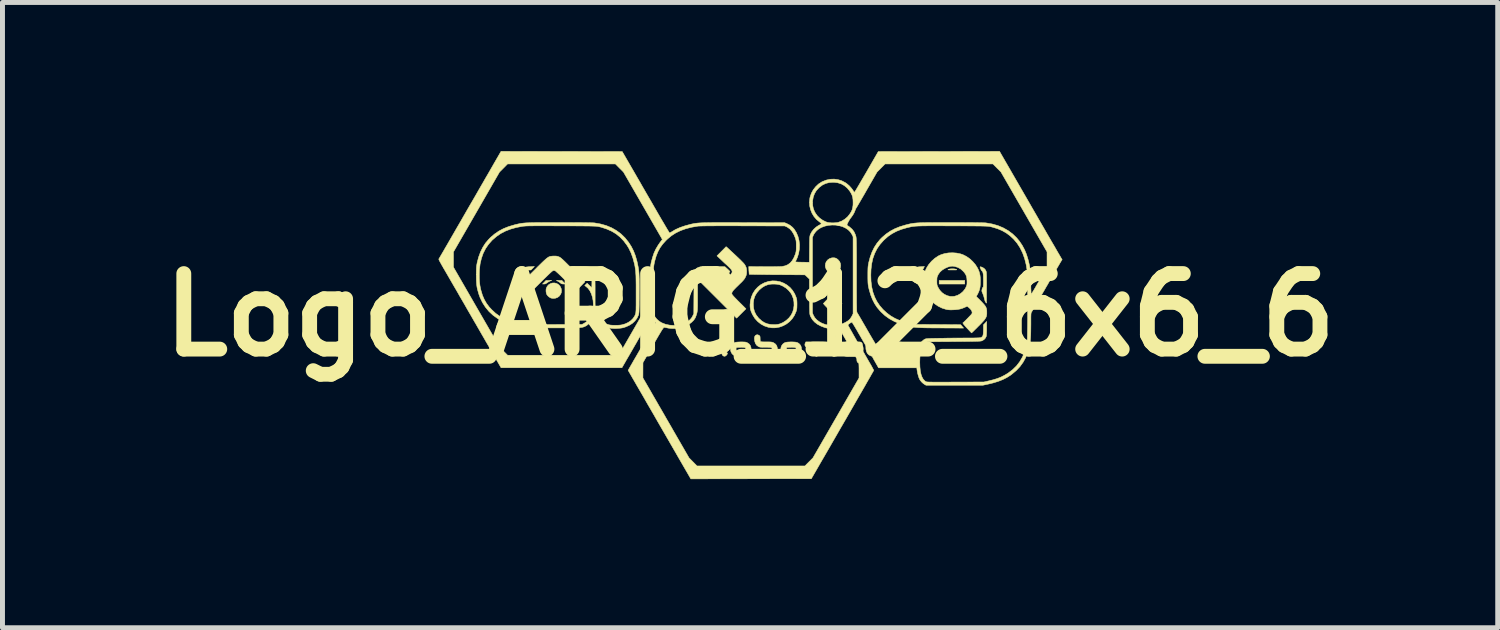
<source format=kicad_pcb>
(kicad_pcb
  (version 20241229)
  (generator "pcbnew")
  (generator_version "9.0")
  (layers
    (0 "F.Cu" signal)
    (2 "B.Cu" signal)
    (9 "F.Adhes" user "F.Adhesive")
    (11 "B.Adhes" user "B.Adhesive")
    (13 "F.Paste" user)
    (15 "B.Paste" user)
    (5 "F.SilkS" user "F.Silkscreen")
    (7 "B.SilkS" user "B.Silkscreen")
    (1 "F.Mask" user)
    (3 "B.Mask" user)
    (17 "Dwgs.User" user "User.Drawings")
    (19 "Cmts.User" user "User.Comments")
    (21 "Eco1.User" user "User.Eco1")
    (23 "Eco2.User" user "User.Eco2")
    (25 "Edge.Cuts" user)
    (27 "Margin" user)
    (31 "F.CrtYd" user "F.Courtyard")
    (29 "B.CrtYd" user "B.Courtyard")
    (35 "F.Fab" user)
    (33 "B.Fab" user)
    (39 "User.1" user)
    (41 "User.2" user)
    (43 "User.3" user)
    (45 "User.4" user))
  (footprint "Logo_ARIG_12_6x6_6"
    (layer "F.Cu")
    (at 12.09 3.307)
    (property "Reference" "Logo_ARIG_12_6x6_6" (at 0 0 0) (layer "F.SilkS") (effects (font (size 1.524 1.524) (thickness 0.3))))
    (attr through_hole)
    (fp_poly (pts (xy 4.333 -0.624) (xy 3.817 -0.624) (xy 3.817 -0.697) (xy 4.333 -0.697) (xy 4.333 -0.624)) (stroke (width 0.01) (type solid)) (fill yes) (layer "F.SilkS"))
    (fp_poly (pts (xy -4.061 -0.696) (xy -4.002 -0.696) (xy -4.033 -0.686) (xy -4.057 -0.675) (xy -4.084 -0.659) (xy -4.096 -0.65) (xy -4.119 -0.634) (xy -4.139 -0.626) (xy -4.159 -0.624) (xy -4.19 -0.624) (xy -4.155 -0.66) (xy -4.119 -0.697) (xy -4.061 -0.696)) (stroke (width 0.01) (type solid)) (fill yes) (layer "F.SilkS"))
    (fp_poly (pts (xy 1.714 0.42) (xy 1.733 0.435) (xy 1.744 0.456) (xy 1.744 0.478) (xy 1.741 0.488) (xy 1.723 0.511) (xy 1.7 0.522) (xy 1.677 0.52) (xy 1.655 0.505) (xy 1.643 0.487) (xy 1.638 0.468) (xy 1.644 0.446) (xy 1.66 0.427) (xy 1.68 0.415) (xy 1.691 0.414) (xy 1.714 0.42)) (stroke (width 0.01) (type solid)) (fill yes) (layer "F.SilkS"))
    (fp_poly (pts (xy -3.763 -0.66) (xy -3.727 -0.624) (xy -3.767 -0.624) (xy -3.791 -0.626) (xy -3.809 -0.631) (xy -3.826 -0.643) (xy -3.837 -0.653) (xy -3.86 -0.67) (xy -3.884 -0.683) (xy -3.895 -0.688) (xy -3.907 -0.691) (xy -3.909 -0.694) (xy -3.9 -0.695) (xy -3.879 -0.696) (xy -3.861 -0.696) (xy -3.799 -0.697) (xy -3.763 -0.66)) (stroke (width 0.01) (type solid)) (fill yes) (layer "F.SilkS"))
    (fp_poly (pts (xy 1.36 0.732) (xy 1.379 0.748) (xy 1.391 0.768) (xy 1.393 0.78) (xy 1.387 0.801) (xy 1.372 0.82) (xy 1.352 0.832) (xy 1.34 0.835) (xy 1.322 0.83) (xy 1.304 0.82) (xy 1.289 0.8) (xy 1.285 0.777) (xy 1.291 0.755) (xy 1.306 0.737) (xy 1.329 0.727) (xy 1.34 0.726) (xy 1.36 0.732)) (stroke (width 0.01) (type solid)) (fill yes) (layer "F.SilkS"))
    (fp_poly (pts (xy -1.034 -0.886) (xy -1.064 -0.856) (xy -1.09 -0.83) (xy -1.111 -0.809) (xy -1.126 -0.796) (xy -1.131 -0.791) (xy -1.132 -0.798) (xy -1.131 -0.814) (xy -1.129 -0.829) (xy -1.12 -0.872) (xy -1.105 -0.909) (xy -1.09 -0.932) (xy -1.068 -0.948) (xy -1.036 -0.963) (xy -0.997 -0.973) (xy -0.98 -0.976) (xy -0.94 -0.981) (xy -1.034 -0.886)) (stroke (width 0.01) (type solid)) (fill yes) (layer "F.SilkS"))
    (fp_poly (pts (xy -0.497 0.731) (xy -0.479 0.745) (xy -0.464 0.763) (xy -0.457 0.779) (xy -0.457 0.78) (xy -0.462 0.792) (xy -0.472 0.808) (xy -0.476 0.812) (xy -0.498 0.83) (xy -0.521 0.834) (xy -0.544 0.826) (xy -0.545 0.825) (xy -0.561 0.807) (xy -0.57 0.786) (xy -0.57 0.769) (xy -0.557 0.747) (xy -0.536 0.731) (xy -0.515 0.726) (xy -0.497 0.731)) (stroke (width 0.01) (type solid)) (fill yes) (layer "F.SilkS"))
    (fp_poly (pts (xy -0.686 -0.975) (xy -0.508 -0.974) (xy -0.457 -0.928) (xy -0.435 -0.907) (xy -0.418 -0.89) (xy -0.408 -0.879) (xy -0.406 -0.876) (xy -0.411 -0.868) (xy -0.424 -0.854) (xy -0.437 -0.842) (xy -0.468 -0.813) (xy -0.588 -0.813) (xy -0.708 -0.813) (xy -0.751 -0.858) (xy -0.777 -0.885) (xy -0.804 -0.913) (xy -0.827 -0.938) (xy -0.829 -0.94) (xy -0.863 -0.976) (xy -0.686 -0.975)) (stroke (width 0.01) (type solid)) (fill yes) (layer "F.SilkS"))
    (fp_poly (pts (xy 4.134 -0.928) (xy 4.159 -0.921) (xy 4.162 -0.92) (xy 4.17 -0.915) (xy 4.172 -0.912) (xy 4.168 -0.91) (xy 4.154 -0.908) (xy 4.13 -0.908) (xy 4.094 -0.908) (xy 4.082 -0.908) (xy 4.042 -0.908) (xy 4.015 -0.909) (xy 3.999 -0.91) (xy 3.993 -0.911) (xy 3.994 -0.914) (xy 4.002 -0.918) (xy 4.006 -0.92) (xy 4.031 -0.928) (xy 4.065 -0.931) (xy 4.101 -0.931) (xy 4.134 -0.928)) (stroke (width 0.01) (type solid)) (fill yes) (layer "F.SilkS"))
    (fp_poly (pts (xy 1.668 -0.413) (xy 1.675 -0.407) (xy 1.691 -0.393) (xy 1.714 -0.372) (xy 1.741 -0.345) (xy 1.766 -0.321) (xy 1.856 -0.233) (xy 1.761 -0.134) (xy 1.666 -0.035) (xy 1.573 -0.128) (xy 1.543 -0.159) (xy 1.518 -0.185) (xy 1.498 -0.207) (xy 1.485 -0.222) (xy 1.48 -0.229) (xy 1.485 -0.237) (xy 1.499 -0.252) (xy 1.519 -0.273) (xy 1.543 -0.298) (xy 1.57 -0.325) (xy 1.597 -0.351) (xy 1.622 -0.375) (xy 1.644 -0.395) (xy 1.659 -0.408) (xy 1.668 -0.413) (xy 1.668 -0.413)) (stroke (width 0.01) (type solid)) (fill yes) (layer "F.SilkS"))
    (fp_poly (pts (xy -3.912 -0.638) (xy -3.874 -0.619) (xy -3.842 -0.589) (xy -3.835 -0.579) (xy -3.814 -0.537) (xy -3.806 -0.494) (xy -3.81 -0.452) (xy -3.826 -0.414) (xy -3.85 -0.381) (xy -3.884 -0.355) (xy -3.924 -0.339) (xy -3.965 -0.334) (xy -3.996 -0.336) (xy -4.022 -0.342) (xy -4.031 -0.346) (xy -4.06 -0.365) (xy -4.086 -0.389) (xy -4.104 -0.414) (xy -4.114 -0.444) (xy -4.119 -0.48) (xy -4.118 -0.516) (xy -4.114 -0.536) (xy -4.095 -0.577) (xy -4.067 -0.609) (xy -4.032 -0.631) (xy -3.993 -0.644) (xy -3.952 -0.646) (xy -3.912 -0.638)) (stroke (width 0.01) (type solid)) (fill yes) (layer "F.SilkS"))
    (fp_poly (pts (xy 1.71 -1.152) (xy 1.737 -1.143) (xy 1.763 -1.126) (xy 1.774 -1.117) (xy 1.805 -1.081) (xy 1.823 -1.041) (xy 1.829 -0.998) (xy 1.823 -0.952) (xy 1.804 -0.912) (xy 1.774 -0.879) (xy 1.748 -0.859) (xy 1.724 -0.847) (xy 1.695 -0.843) (xy 1.67 -0.842) (xy 1.635 -0.845) (xy 1.603 -0.857) (xy 1.596 -0.861) (xy 1.562 -0.887) (xy 1.536 -0.923) (xy 1.521 -0.965) (xy 1.517 -0.993) (xy 1.523 -1.039) (xy 1.541 -1.08) (xy 1.569 -1.113) (xy 1.606 -1.138) (xy 1.649 -1.152) (xy 1.675 -1.154) (xy 1.71 -1.152)) (stroke (width 0.01) (type solid)) (fill yes) (layer "F.SilkS"))
    (fp_poly (pts (xy 1.725 0.554) (xy 1.733 0.561) (xy 1.739 0.568) (xy 1.743 0.577) (xy 1.746 0.589) (xy 1.748 0.608) (xy 1.749 0.635) (xy 1.749 0.673) (xy 1.749 0.691) (xy 1.749 0.804) (xy 1.73 0.82) (xy 1.703 0.833) (xy 1.677 0.832) (xy 1.652 0.818) (xy 1.651 0.817) (xy 1.644 0.809) (xy 1.639 0.801) (xy 1.636 0.79) (xy 1.634 0.774) (xy 1.633 0.749) (xy 1.633 0.713) (xy 1.633 0.689) (xy 1.633 0.647) (xy 1.633 0.617) (xy 1.635 0.597) (xy 1.637 0.583) (xy 1.641 0.574) (xy 1.647 0.566) (xy 1.651 0.562) (xy 1.674 0.547) (xy 1.7 0.545) (xy 1.725 0.554)) (stroke (width 0.01) (type solid)) (fill yes) (layer "F.SilkS"))
    (fp_poly (pts (xy -4.388 -0.942) (xy -4.423 -0.907) (xy -4.48 -0.907) (xy -4.509 -0.907) (xy -4.528 -0.905) (xy -4.541 -0.9) (xy -4.552 -0.891) (xy -4.554 -0.889) (xy -4.563 -0.879) (xy -4.569 -0.867) (xy -4.571 -0.849) (xy -4.572 -0.822) (xy -4.572 -0.815) (xy -4.572 -0.786) (xy -4.574 -0.767) (xy -4.579 -0.754) (xy -4.588 -0.743) (xy -4.596 -0.734) (xy -4.611 -0.721) (xy -4.622 -0.712) (xy -4.624 -0.711) (xy -4.628 -0.718) (xy -4.633 -0.734) (xy -4.637 -0.752) (xy -4.642 -0.798) (xy -4.638 -0.845) (xy -4.627 -0.888) (xy -4.608 -0.923) (xy -4.6 -0.934) (xy -4.58 -0.949) (xy -4.553 -0.961) (xy -4.516 -0.968) (xy -4.468 -0.973) (xy -4.439 -0.975) (xy -4.353 -0.978) (xy -4.388 -0.942)) (stroke (width 0.01) (type solid)) (fill yes) (layer "F.SilkS"))
    (fp_poly (pts (xy 1.395 0.544) (xy 1.443 0.545) (xy 1.479 0.545) (xy 1.506 0.546) (xy 1.526 0.547) (xy 1.539 0.549) (xy 1.547 0.552) (xy 1.553 0.555) (xy 1.557 0.559) (xy 1.567 0.577) (xy 1.57 0.599) (xy 1.566 0.621) (xy 1.557 0.638) (xy 1.552 0.643) (xy 1.547 0.646) (xy 1.538 0.649) (xy 1.524 0.65) (xy 1.505 0.652) (xy 1.477 0.653) (xy 1.439 0.653) (xy 1.39 0.653) (xy 1.338 0.653) (xy 1.277 0.653) (xy 1.229 0.653) (xy 1.192 0.652) (xy 1.165 0.651) (xy 1.146 0.649) (xy 1.133 0.647) (xy 1.125 0.644) (xy 1.122 0.642) (xy 1.108 0.618) (xy 1.106 0.59) (xy 1.113 0.569) (xy 1.125 0.544) (xy 1.334 0.544) (xy 1.395 0.544)) (stroke (width 0.01) (type solid)) (fill yes) (layer "F.SilkS"))
    (fp_poly (pts (xy 3.501 -0.943) (xy 3.484 -0.909) (xy 3.429 -0.906) (xy 3.4 -0.904) (xy 3.381 -0.901) (xy 3.368 -0.895) (xy 3.357 -0.885) (xy 3.352 -0.88) (xy 3.341 -0.866) (xy 3.335 -0.853) (xy 3.332 -0.836) (xy 3.331 -0.81) (xy 3.331 -0.801) (xy 3.331 -0.773) (xy 3.333 -0.754) (xy 3.339 -0.741) (xy 3.348 -0.729) (xy 3.356 -0.721) (xy 3.374 -0.705) (xy 3.392 -0.698) (xy 3.414 -0.697) (xy 3.447 -0.697) (xy 3.447 -0.661) (xy 3.447 -0.64) (xy 3.444 -0.63) (xy 3.436 -0.627) (xy 3.424 -0.627) (xy 3.403 -0.629) (xy 3.376 -0.634) (xy 3.369 -0.636) (xy 3.332 -0.65) (xy 3.304 -0.672) (xy 3.282 -0.705) (xy 3.281 -0.708) (xy 3.267 -0.747) (xy 3.262 -0.792) (xy 3.264 -0.838) (xy 3.274 -0.882) (xy 3.291 -0.918) (xy 3.303 -0.934) (xy 3.327 -0.951) (xy 3.36 -0.964) (xy 3.405 -0.971) (xy 3.449 -0.975) (xy 3.519 -0.978) (xy 3.501 -0.943)) (stroke (width 0.01) (type solid)) (fill yes) (layer "F.SilkS"))
    (fp_poly (pts (xy 4.672 -0.967) (xy 4.699 -0.955) (xy 4.724 -0.938) (xy 4.741 -0.922) (xy 4.756 -0.9) (xy 4.767 -0.874) (xy 4.768 -0.871) (xy 4.77 -0.856) (xy 4.771 -0.827) (xy 4.773 -0.784) (xy 4.773 -0.73) (xy 4.774 -0.663) (xy 4.774 -0.585) (xy 4.773 -0.541) (xy 4.772 -0.238) (xy 4.756 -0.255) (xy 4.745 -0.274) (xy 4.735 -0.304) (xy 4.729 -0.329) (xy 4.72 -0.365) (xy 4.708 -0.402) (xy 4.696 -0.433) (xy 4.685 -0.458) (xy 4.679 -0.476) (xy 4.678 -0.492) (xy 4.681 -0.512) (xy 4.683 -0.519) (xy 4.689 -0.544) (xy 4.696 -0.555) (xy 4.701 -0.556) (xy 4.704 -0.557) (xy 4.706 -0.566) (xy 4.708 -0.583) (xy 4.709 -0.61) (xy 4.71 -0.649) (xy 4.71 -0.688) (xy 4.709 -0.747) (xy 4.708 -0.793) (xy 4.705 -0.828) (xy 4.7 -0.854) (xy 4.694 -0.872) (xy 4.686 -0.883) (xy 4.681 -0.887) (xy 4.671 -0.899) (xy 4.659 -0.92) (xy 4.652 -0.935) (xy 4.644 -0.956) (xy 4.642 -0.967) (xy 4.644 -0.972) (xy 4.65 -0.972) (xy 4.672 -0.967)) (stroke (width 0.01) (type solid)) (fill yes) (layer "F.SilkS"))
    (fp_poly (pts (xy -3.907 -1.187) (xy -3.883 -1.182) (xy -3.864 -1.175) (xy -3.854 -1.171) (xy -3.843 -1.166) (xy -3.832 -1.159) (xy -3.818 -1.149) (xy -3.802 -1.135) (xy -3.781 -1.117) (xy -3.756 -1.093) (xy -3.724 -1.062) (xy -3.686 -1.024) (xy -3.639 -0.978) (xy -3.583 -0.922) (xy -3.576 -0.915) (xy -3.332 -0.671) (xy -3.513 -0.484) (xy -3.714 -0.684) (xy -3.76 -0.729) (xy -3.802 -0.771) (xy -3.841 -0.808) (xy -3.875 -0.84) (xy -3.903 -0.865) (xy -3.923 -0.883) (xy -3.935 -0.892) (xy -3.936 -0.892) (xy -3.958 -0.896) (xy -3.976 -0.895) (xy -3.986 -0.889) (xy -4.007 -0.872) (xy -4.036 -0.846) (xy -4.074 -0.81) (xy -4.12 -0.765) (xy -4.175 -0.712) (xy -4.198 -0.689) (xy -4.402 -0.486) (xy -4.494 -0.579) (xy -4.587 -0.672) (xy -4.345 -0.912) (xy -4.286 -0.972) (xy -4.235 -1.022) (xy -4.192 -1.064) (xy -4.157 -1.097) (xy -4.127 -1.124) (xy -4.102 -1.145) (xy -4.08 -1.161) (xy -4.061 -1.172) (xy -4.043 -1.179) (xy -4.025 -1.184) (xy -4.006 -1.186) (xy -3.985 -1.188) (xy -3.97 -1.189) (xy -3.934 -1.189) (xy -3.907 -1.187)) (stroke (width 0.01) (type solid)) (fill yes) (layer "F.SilkS"))
    (fp_poly (pts (xy -0.568 0.544) (xy -0.533 0.545) (xy -0.508 0.546) (xy -0.491 0.547) (xy -0.48 0.55) (xy -0.473 0.554) (xy -0.468 0.559) (xy -0.458 0.577) (xy -0.454 0.599) (xy -0.458 0.621) (xy -0.468 0.638) (xy -0.473 0.644) (xy -0.481 0.647) (xy -0.492 0.65) (xy -0.51 0.652) (xy -0.536 0.653) (xy -0.572 0.653) (xy -0.61 0.653) (xy -0.653 0.653) (xy -0.69 0.654) (xy -0.721 0.655) (xy -0.742 0.656) (xy -0.751 0.658) (xy -0.756 0.662) (xy -0.759 0.673) (xy -0.761 0.692) (xy -0.762 0.722) (xy -0.762 0.733) (xy -0.762 0.766) (xy -0.763 0.788) (xy -0.766 0.801) (xy -0.771 0.81) (xy -0.779 0.818) (xy -0.781 0.82) (xy -0.808 0.833) (xy -0.834 0.832) (xy -0.859 0.818) (xy -0.86 0.817) (xy -0.869 0.806) (xy -0.875 0.794) (xy -0.877 0.777) (xy -0.878 0.751) (xy -0.878 0.74) (xy -0.876 0.689) (xy -0.87 0.65) (xy -0.858 0.619) (xy -0.84 0.593) (xy -0.835 0.588) (xy -0.819 0.574) (xy -0.803 0.563) (xy -0.783 0.555) (xy -0.757 0.55) (xy -0.724 0.547) (xy -0.682 0.545) (xy -0.628 0.544) (xy -0.615 0.544) (xy -0.568 0.544)) (stroke (width 0.01) (type solid)) (fill yes) (layer "F.SilkS"))
    (fp_poly (pts (xy 0.885 0.546) (xy 0.923 0.549) (xy 0.952 0.557) (xy 0.976 0.569) (xy 0.996 0.586) (xy 1.003 0.592) (xy 1.024 0.622) (xy 1.035 0.655) (xy 1.038 0.689) (xy 1.034 0.73) (xy 1.021 0.762) (xy 1.003 0.786) (xy 0.983 0.805) (xy 0.962 0.818) (xy 0.936 0.827) (xy 0.903 0.832) (xy 0.86 0.834) (xy 0.831 0.834) (xy 0.793 0.833) (xy 0.758 0.831) (xy 0.73 0.828) (xy 0.712 0.825) (xy 0.712 0.825) (xy 0.676 0.807) (xy 0.649 0.779) (xy 0.63 0.744) (xy 0.621 0.705) (xy 0.621 0.685) (xy 0.733 0.685) (xy 0.735 0.704) (xy 0.742 0.717) (xy 0.754 0.722) (xy 0.781 0.724) (xy 0.821 0.726) (xy 0.831 0.726) (xy 0.874 0.725) (xy 0.903 0.722) (xy 0.919 0.718) (xy 0.92 0.717) (xy 0.927 0.703) (xy 0.929 0.689) (xy 0.927 0.675) (xy 0.921 0.664) (xy 0.909 0.658) (xy 0.887 0.655) (xy 0.854 0.653) (xy 0.834 0.653) (xy 0.801 0.654) (xy 0.772 0.655) (xy 0.752 0.656) (xy 0.744 0.658) (xy 0.736 0.667) (xy 0.733 0.685) (xy 0.621 0.685) (xy 0.622 0.665) (xy 0.633 0.627) (xy 0.656 0.593) (xy 0.66 0.589) (xy 0.68 0.572) (xy 0.702 0.559) (xy 0.729 0.551) (xy 0.763 0.547) (xy 0.808 0.545) (xy 0.835 0.544) (xy 0.885 0.546)) (stroke (width 0.01) (type solid)) (fill yes) (layer "F.SilkS"))
    (fp_poly (pts (xy -0.141 0.545) (xy -0.113 0.546) (xy -0.093 0.548) (xy -0.076 0.552) (xy -0.06 0.559) (xy -0.054 0.562) (xy -0.017 0.588) (xy 0.007 0.621) (xy 0.019 0.662) (xy 0.02 0.667) (xy 0.021 0.712) (xy 0.012 0.747) (xy -0.006 0.777) (xy -0.009 0.781) (xy -0.029 0.801) (xy -0.05 0.816) (xy -0.075 0.825) (xy -0.106 0.831) (xy -0.146 0.833) (xy -0.185 0.834) (xy -0.223 0.833) (xy -0.258 0.831) (xy -0.286 0.828) (xy -0.304 0.825) (xy -0.304 0.825) (xy -0.34 0.807) (xy -0.367 0.779) (xy -0.386 0.744) (xy -0.395 0.705) (xy -0.395 0.685) (xy -0.283 0.685) (xy -0.281 0.704) (xy -0.274 0.717) (xy -0.262 0.722) (xy -0.235 0.724) (xy -0.195 0.726) (xy -0.185 0.726) (xy -0.142 0.725) (xy -0.113 0.722) (xy -0.097 0.718) (xy -0.096 0.717) (xy -0.089 0.703) (xy -0.087 0.689) (xy -0.089 0.675) (xy -0.095 0.664) (xy -0.107 0.658) (xy -0.129 0.655) (xy -0.162 0.653) (xy -0.182 0.653) (xy -0.215 0.654) (xy -0.244 0.655) (xy -0.264 0.656) (xy -0.272 0.658) (xy -0.28 0.667) (xy -0.283 0.685) (xy -0.395 0.685) (xy -0.394 0.665) (xy -0.383 0.627) (xy -0.36 0.593) (xy -0.356 0.589) (xy -0.337 0.572) (xy -0.315 0.559) (xy -0.288 0.551) (xy -0.253 0.547) (xy -0.208 0.545) (xy -0.18 0.544) (xy -0.141 0.545)) (stroke (width 0.01) (type solid)) (fill yes) (layer "F.SilkS"))
    (fp_poly (pts (xy -0.463 -1.361) (xy -0.453 -1.352) (xy -0.434 -1.334) (xy -0.407 -1.309) (xy -0.374 -1.278) (xy -0.336 -1.243) (xy -0.295 -1.205) (xy -0.279 -1.19) (xy -0.232 -1.145) (xy -0.194 -1.109) (xy -0.165 -1.079) (xy -0.142 -1.056) (xy -0.125 -1.037) (xy -0.112 -1.021) (xy -0.102 -1.006) (xy -0.094 -0.992) (xy -0.093 -0.988) (xy -0.081 -0.963) (xy -0.074 -0.941) (xy -0.071 -0.918) (xy -0.069 -0.888) (xy -0.069 -0.879) (xy -0.07 -0.845) (xy -0.073 -0.821) (xy -0.079 -0.798) (xy -0.09 -0.772) (xy -0.093 -0.766) (xy -0.102 -0.748) (xy -0.112 -0.731) (xy -0.125 -0.714) (xy -0.142 -0.694) (xy -0.164 -0.67) (xy -0.195 -0.64) (xy -0.234 -0.602) (xy -0.236 -0.599) (xy -0.28 -0.557) (xy -0.314 -0.522) (xy -0.339 -0.495) (xy -0.356 -0.472) (xy -0.365 -0.454) (xy -0.369 -0.439) (xy -0.367 -0.424) (xy -0.361 -0.41) (xy -0.353 -0.4) (xy -0.336 -0.38) (xy -0.312 -0.354) (xy -0.282 -0.323) (xy -0.248 -0.288) (xy -0.217 -0.257) (xy -0.083 -0.124) (xy -0.272 0.065) (xy -0.683 -0.347) (xy -1.095 -0.758) (xy -0.902 -0.942) (xy -0.589 -0.629) (xy -0.476 -0.737) (xy -0.437 -0.774) (xy -0.406 -0.803) (xy -0.383 -0.828) (xy -0.368 -0.849) (xy -0.362 -0.869) (xy -0.365 -0.889) (xy -0.376 -0.911) (xy -0.397 -0.936) (xy -0.427 -0.966) (xy -0.466 -1.004) (xy -0.516 -1.049) (xy -0.668 -1.193) (xy -0.576 -1.285) (xy -0.484 -1.378) (xy -0.463 -1.361)) (stroke (width 0.01) (type solid)) (fill yes) (layer "F.SilkS"))
    (fp_poly (pts (xy 0.18 0.411) (xy 0.184 0.414) (xy 0.194 0.423) (xy 0.2 0.434) (xy 0.202 0.45) (xy 0.203 0.475) (xy 0.203 0.482) (xy 0.204 0.511) (xy 0.206 0.529) (xy 0.211 0.538) (xy 0.215 0.54) (xy 0.226 0.541) (xy 0.248 0.543) (xy 0.28 0.544) (xy 0.317 0.544) (xy 0.334 0.544) (xy 0.376 0.544) (xy 0.406 0.545) (xy 0.428 0.547) (xy 0.445 0.55) (xy 0.459 0.554) (xy 0.474 0.561) (xy 0.479 0.564) (xy 0.515 0.589) (xy 0.538 0.622) (xy 0.55 0.663) (xy 0.552 0.689) (xy 0.546 0.735) (xy 0.529 0.772) (xy 0.501 0.801) (xy 0.479 0.815) (xy 0.441 0.835) (xy 0.28 0.834) (xy 0.233 0.834) (xy 0.191 0.834) (xy 0.155 0.832) (xy 0.129 0.831) (xy 0.114 0.83) (xy 0.112 0.829) (xy 0.096 0.81) (xy 0.089 0.785) (xy 0.091 0.76) (xy 0.102 0.742) (xy 0.107 0.736) (xy 0.114 0.732) (xy 0.124 0.73) (xy 0.138 0.728) (xy 0.16 0.727) (xy 0.191 0.726) (xy 0.233 0.726) (xy 0.271 0.726) (xy 0.325 0.726) (xy 0.367 0.725) (xy 0.397 0.723) (xy 0.418 0.721) (xy 0.431 0.717) (xy 0.439 0.71) (xy 0.442 0.702) (xy 0.443 0.691) (xy 0.443 0.689) (xy 0.442 0.676) (xy 0.438 0.667) (xy 0.428 0.661) (xy 0.412 0.656) (xy 0.387 0.654) (xy 0.351 0.653) (xy 0.312 0.653) (xy 0.268 0.653) (xy 0.236 0.652) (xy 0.213 0.651) (xy 0.196 0.648) (xy 0.182 0.644) (xy 0.168 0.637) (xy 0.167 0.637) (xy 0.133 0.612) (xy 0.108 0.576) (xy 0.093 0.529) (xy 0.087 0.473) (xy 0.087 0.467) (xy 0.093 0.437) (xy 0.107 0.414) (xy 0.129 0.402) (xy 0.154 0.4) (xy 0.18 0.411)) (stroke (width 0.01) (type solid)) (fill yes) (layer "F.SilkS"))
    (fp_poly (pts (xy 0.532 -0.685) (xy 0.608 -0.67) (xy 0.68 -0.642) (xy 0.747 -0.603) (xy 0.807 -0.554) (xy 0.858 -0.495) (xy 0.9 -0.427) (xy 0.926 -0.366) (xy 0.935 -0.34) (xy 0.941 -0.318) (xy 0.944 -0.294) (xy 0.946 -0.266) (xy 0.947 -0.229) (xy 0.947 -0.214) (xy 0.946 -0.173) (xy 0.945 -0.142) (xy 0.942 -0.118) (xy 0.937 -0.096) (xy 0.93 -0.071) (xy 0.926 -0.062) (xy 0.893 0.012) (xy 0.849 0.078) (xy 0.796 0.135) (xy 0.735 0.182) (xy 0.667 0.219) (xy 0.595 0.245) (xy 0.519 0.259) (xy 0.441 0.26) (xy 0.366 0.248) (xy 0.287 0.221) (xy 0.216 0.182) (xy 0.152 0.131) (xy 0.096 0.069) (xy 0.051 -0.004) (xy 0.044 -0.018) (xy 0.021 -0.069) (xy 0.007 -0.114) (xy 0.000343 -0.16) (xy -0.001 -0.2) (xy 0.000238 -0.214) (xy 0.065 -0.214) (xy 0.071 -0.137) (xy 0.089 -0.068) (xy 0.12 -0.005) (xy 0.164 0.054) (xy 0.184 0.075) (xy 0.237 0.122) (xy 0.291 0.156) (xy 0.349 0.179) (xy 0.413 0.192) (xy 0.476 0.195) (xy 0.524 0.194) (xy 0.562 0.19) (xy 0.595 0.182) (xy 0.596 0.182) (xy 0.663 0.154) (xy 0.725 0.114) (xy 0.781 0.064) (xy 0.824 0.01) (xy 0.857 -0.052) (xy 0.878 -0.12) (xy 0.887 -0.191) (xy 0.885 -0.264) (xy 0.871 -0.335) (xy 0.845 -0.401) (xy 0.823 -0.44) (xy 0.78 -0.493) (xy 0.727 -0.541) (xy 0.667 -0.579) (xy 0.605 -0.607) (xy 0.584 -0.613) (xy 0.543 -0.62) (xy 0.495 -0.623) (xy 0.444 -0.623) (xy 0.397 -0.619) (xy 0.367 -0.613) (xy 0.302 -0.589) (xy 0.242 -0.553) (xy 0.184 -0.503) (xy 0.135 -0.445) (xy 0.099 -0.384) (xy 0.076 -0.317) (xy 0.066 -0.243) (xy 0.065 -0.214) (xy 0.000238 -0.214) (xy 0.006 -0.285) (xy 0.027 -0.364) (xy 0.059 -0.438) (xy 0.102 -0.504) (xy 0.155 -0.562) (xy 0.217 -0.611) (xy 0.288 -0.649) (xy 0.366 -0.675) (xy 0.375 -0.678) (xy 0.454 -0.688) (xy 0.532 -0.685)) (stroke (width 0.01) (type solid)) (fill yes) (layer "F.SilkS"))
    (fp_poly (pts (xy 4.169 -1.249) (xy 4.247 -1.233) (xy 4.297 -1.216) (xy 4.368 -1.18) (xy 4.435 -1.133) (xy 4.496 -1.076) (xy 4.55 -1.013) (xy 4.592 -0.945) (xy 4.605 -0.918) (xy 4.622 -0.877) (xy 4.633 -0.839) (xy 4.641 -0.8) (xy 4.646 -0.756) (xy 4.648 -0.703) (xy 4.648 -0.679) (xy 4.647 -0.616) (xy 4.642 -0.564) (xy 4.633 -0.518) (xy 4.618 -0.475) (xy 4.598 -0.431) (xy 4.59 -0.416) (xy 4.566 -0.372) (xy 4.653 -0.286) (xy 4.693 -0.244) (xy 4.724 -0.21) (xy 4.747 -0.18) (xy 4.762 -0.153) (xy 4.772 -0.125) (xy 4.777 -0.096) (xy 4.778 -0.061) (xy 4.778 -0.054) (xy 4.778 -0.023) (xy 4.775 0.004) (xy 4.77 0.028) (xy 4.76 0.052) (xy 4.745 0.077) (xy 4.725 0.105) (xy 4.696 0.137) (xy 4.66 0.176) (xy 4.614 0.222) (xy 4.606 0.23) (xy 4.571 0.266) (xy 4.538 0.298) (xy 4.511 0.325) (xy 4.489 0.346) (xy 4.475 0.359) (xy 4.471 0.363) (xy 4.465 0.357) (xy 4.451 0.343) (xy 4.43 0.321) (xy 4.405 0.294) (xy 4.377 0.264) (xy 4.342 0.226) (xy 4.317 0.196) (xy 4.301 0.174) (xy 4.295 0.162) (xy 4.295 0.16) (xy 4.307 0.151) (xy 4.325 0.134) (xy 4.349 0.111) (xy 4.376 0.084) (xy 4.403 0.056) (xy 4.429 0.029) (xy 4.452 0.005) (xy 4.469 -0.015) (xy 4.478 -0.027) (xy 4.479 -0.028) (xy 4.482 -0.056) (xy 4.471 -0.087) (xy 4.447 -0.12) (xy 4.411 -0.153) (xy 4.41 -0.154) (xy 4.383 -0.176) (xy 4.334 -0.154) (xy 4.286 -0.134) (xy 4.24 -0.12) (xy 4.192 -0.111) (xy 4.135 -0.105) (xy 4.107 -0.104) (xy 4.06 -0.102) (xy 4.022 -0.103) (xy 3.99 -0.106) (xy 3.958 -0.112) (xy 3.958 -0.112) (xy 3.875 -0.138) (xy 3.796 -0.177) (xy 3.723 -0.227) (xy 3.656 -0.288) (xy 3.599 -0.358) (xy 3.552 -0.437) (xy 3.545 -0.451) (xy 3.524 -0.501) (xy 3.51 -0.551) (xy 3.502 -0.605) (xy 3.499 -0.666) (xy 3.499 -0.682) (xy 3.77 -0.682) (xy 3.77 -0.647) (xy 3.772 -0.622) (xy 3.775 -0.602) (xy 3.782 -0.583) (xy 3.792 -0.561) (xy 3.794 -0.557) (xy 3.829 -0.5) (xy 3.873 -0.452) (xy 3.924 -0.415) (xy 3.98 -0.389) (xy 4.039 -0.374) (xy 4.101 -0.374) (xy 4.131 -0.378) (xy 4.192 -0.398) (xy 4.249 -0.431) (xy 4.299 -0.474) (xy 4.339 -0.525) (xy 4.356 -0.556) (xy 4.367 -0.581) (xy 4.374 -0.6) (xy 4.378 -0.621) (xy 4.379 -0.646) (xy 4.379 -0.679) (xy 4.376 -0.733) (xy 4.368 -0.778) (xy 4.352 -0.816) (xy 4.327 -0.854) (xy 4.302 -0.882) (xy 4.251 -0.928) (xy 4.193 -0.96) (xy 4.13 -0.979) (xy 4.123 -0.981) (xy 4.079 -0.985) (xy 4.036 -0.98) (xy 3.99 -0.966) (xy 3.942 -0.945) (xy 3.884 -0.911) (xy 3.838 -0.871) (xy 3.803 -0.825) (xy 3.794 -0.807) (xy 3.783 -0.784) (xy 3.776 -0.765) (xy 3.772 -0.745) (xy 3.771 -0.72) (xy 3.77 -0.686) (xy 3.77 -0.682) (xy 3.499 -0.682) (xy 3.5 -0.708) (xy 3.502 -0.75) (xy 3.504 -0.783) (xy 3.509 -0.81) (xy 3.516 -0.837) (xy 3.525 -0.865) (xy 3.56 -0.944) (xy 3.606 -1.018) (xy 3.663 -1.085) (xy 3.728 -1.143) (xy 3.8 -1.191) (xy 3.856 -1.217) (xy 3.927 -1.239) (xy 4.006 -1.252) (xy 4.088 -1.255) (xy 4.169 -1.249)) (stroke (width 0.01) (type solid)) (fill yes) (layer "F.SilkS"))
    (fp_poly (pts (xy -3.731 -1.865) (xy -3.62 -1.865) (xy -3.519 -1.864) (xy -3.428 -1.864) (xy -3.349 -1.863) (xy -3.281 -1.862) (xy -3.226 -1.861) (xy -3.183 -1.86) (xy -3.154 -1.859) (xy -3.142 -1.858) (xy -3.017 -1.836) (xy -2.901 -1.803) (xy -2.793 -1.758) (xy -2.695 -1.702) (xy -2.605 -1.635) (xy -2.524 -1.556) (xy -2.452 -1.466) (xy -2.398 -1.382) (xy -2.353 -1.293) (xy -2.316 -1.198) (xy -2.285 -1.092) (xy -2.275 -1.049) (xy -2.267 -1.009) (xy -2.259 -0.972) (xy -2.253 -0.937) (xy -2.248 -0.901) (xy -2.244 -0.863) (xy -2.241 -0.823) (xy -2.239 -0.777) (xy -2.237 -0.724) (xy -2.237 -0.664) (xy -2.236 -0.594) (xy -2.236 -0.512) (xy -2.237 -0.418) (xy -2.237 -0.415) (xy -2.237 -0.331) (xy -2.238 -0.261) (xy -2.238 -0.203) (xy -2.239 -0.155) (xy -2.24 -0.116) (xy -2.241 -0.086) (xy -2.242 -0.061) (xy -2.244 -0.043) (xy -2.246 -0.028) (xy -2.248 -0.015) (xy -2.251 -0.004) (xy -2.255 0.007) (xy -2.255 0.008) (xy -2.283 0.067) (xy -2.323 0.12) (xy -2.374 0.168) (xy -2.436 0.208) (xy -2.507 0.24) (xy -2.562 0.258) (xy -2.6 0.265) (xy -2.648 0.27) (xy -2.7 0.273) (xy -2.752 0.273) (xy -2.798 0.27) (xy -2.83 0.265) (xy -2.915 0.242) (xy -2.991 0.209) (xy -3.055 0.168) (xy -3.109 0.118) (xy -3.127 0.096) (xy -3.141 0.079) (xy -3.154 0.068) (xy -3.159 0.065) (xy -3.168 0.071) (xy -3.179 0.086) (xy -3.182 0.092) (xy -3.2 0.118) (xy -3.226 0.148) (xy -3.256 0.178) (xy -3.287 0.204) (xy -3.314 0.222) (xy -3.319 0.224) (xy -3.333 0.231) (xy -3.346 0.237) (xy -3.359 0.242) (xy -3.373 0.246) (xy -3.39 0.25) (xy -3.41 0.253) (xy -3.435 0.255) (xy -3.464 0.257) (xy -3.501 0.258) (xy -3.545 0.26) (xy -3.598 0.26) (xy -3.66 0.261) (xy -3.734 0.261) (xy -3.819 0.261) (xy -3.917 0.261) (xy -3.964 0.261) (xy -4.072 0.261) (xy -4.168 0.261) (xy -4.251 0.261) (xy -4.323 0.26) (xy -4.385 0.259) (xy -4.439 0.258) (xy -4.486 0.256) (xy -4.527 0.254) (xy -4.563 0.251) (xy -4.595 0.248) (xy -4.625 0.244) (xy -4.653 0.239) (xy -4.682 0.233) (xy -4.712 0.226) (xy -4.744 0.218) (xy -4.757 0.214) (xy -4.88 0.177) (xy -4.993 0.13) (xy -5.096 0.072) (xy -5.189 0.005) (xy -5.271 -0.071) (xy -5.342 -0.157) (xy -5.402 -0.251) (xy -5.451 -0.353) (xy -5.475 -0.42) (xy -5.49 -0.472) (xy -5.503 -0.518) (xy -5.512 -0.561) (xy -5.518 -0.606) (xy -5.522 -0.653) (xy -5.525 -0.708) (xy -5.526 -0.773) (xy -5.526 -0.802) (xy -5.526 -0.813) (xy -5.466 -0.813) (xy -5.465 -0.732) (xy -5.461 -0.662) (xy -5.453 -0.598) (xy -5.442 -0.537) (xy -5.431 -0.494) (xy -5.402 -0.397) (xy -5.365 -0.312) (xy -5.32 -0.233) (xy -5.265 -0.16) (xy -5.214 -0.105) (xy -5.135 -0.032) (xy -5.049 0.029) (xy -4.956 0.081) (xy -4.854 0.122) (xy -4.742 0.156) (xy -4.728 0.159) (xy -4.7 0.165) (xy -4.675 0.171) (xy -4.651 0.176) (xy -4.628 0.18) (xy -4.603 0.184) (xy -4.576 0.186) (xy -4.546 0.189) (xy -4.511 0.191) (xy -4.471 0.192) (xy -4.424 0.193) (xy -4.369 0.194) (xy -4.305 0.194) (xy -4.231 0.194) (xy -4.145 0.194) (xy -4.047 0.194) (xy -3.962 0.194) (xy -3.393 0.192) (xy -3.347 0.167) (xy -3.296 0.132) (xy -3.252 0.084) (xy -3.217 0.027) (xy -3.19 -0.04) (xy -3.172 -0.114) (xy -3.164 -0.194) (xy -3.164 -0.214) (xy -3.169 -0.29) (xy -3.183 -0.362) (xy -3.205 -0.429) (xy -3.234 -0.488) (xy -3.27 -0.537) (xy -3.309 -0.572) (xy -3.338 -0.593) (xy -3.313 -0.617) (xy -3.289 -0.64) (xy -3.243 -0.596) (xy -3.223 -0.576) (xy -3.206 -0.561) (xy -3.197 -0.552) (xy -3.195 -0.552) (xy -3.195 -0.558) (xy -3.194 -0.578) (xy -3.194 -0.607) (xy -3.193 -0.645) (xy -3.193 -0.689) (xy -3.193 -0.708) (xy -3.193 -0.865) (xy -3.214 -0.886) (xy -3.236 -0.907) (xy -3.495 -0.907) (xy -3.529 -0.942) (xy -3.563 -0.976) (xy -3.405 -0.974) (xy -3.345 -0.973) (xy -3.297 -0.971) (xy -3.259 -0.968) (xy -3.231 -0.964) (xy -3.209 -0.957) (xy -3.191 -0.949) (xy -3.177 -0.938) (xy -3.165 -0.925) (xy -3.149 -0.903) (xy -3.137 -0.878) (xy -3.136 -0.873) (xy -3.134 -0.859) (xy -3.132 -0.83) (xy -3.131 -0.788) (xy -3.13 -0.733) (xy -3.129 -0.666) (xy -3.128 -0.586) (xy -3.128 -0.495) (xy -3.128 -0.453) (xy -3.128 -0.367) (xy -3.128 -0.294) (xy -3.128 -0.233) (xy -3.127 -0.183) (xy -3.127 -0.143) (xy -3.126 -0.11) (xy -3.125 -0.085) (xy -3.123 -0.064) (xy -3.121 -0.048) (xy -3.119 -0.035) (xy -3.117 -0.024) (xy -3.113 -0.013) (xy -3.113 -0.012) (xy -3.091 0.036) (xy -3.057 0.081) (xy -3.012 0.121) (xy -2.959 0.156) (xy -2.899 0.183) (xy -2.848 0.199) (xy -2.814 0.205) (xy -2.769 0.208) (xy -2.72 0.209) (xy -2.67 0.208) (xy -2.625 0.205) (xy -2.59 0.2) (xy -2.521 0.18) (xy -2.459 0.151) (xy -2.405 0.114) (xy -2.362 0.07) (xy -2.329 0.021) (xy -2.314 -0.015) (xy -2.311 -0.026) (xy -2.309 -0.037) (xy -2.306 -0.051) (xy -2.305 -0.068) (xy -2.303 -0.09) (xy -2.302 -0.118) (xy -2.302 -0.153) (xy -2.301 -0.197) (xy -2.301 -0.251) (xy -2.301 -0.316) (xy -2.301 -0.394) (xy -2.301 -0.433) (xy -2.301 -0.527) (xy -2.301 -0.609) (xy -2.302 -0.679) (xy -2.303 -0.74) (xy -2.304 -0.791) (xy -2.307 -0.836) (xy -2.309 -0.875) (xy -2.313 -0.911) (xy -2.318 -0.944) (xy -2.323 -0.976) (xy -2.329 -1.009) (xy -2.334 -1.031) (xy -2.365 -1.147) (xy -2.403 -1.253) (xy -2.449 -1.348) (xy -2.486 -1.408) (xy -2.551 -1.495) (xy -2.624 -1.571) (xy -2.704 -1.636) (xy -2.794 -1.69) (xy -2.893 -1.734) (xy -3.002 -1.77) (xy -3.043 -1.78) (xy -3.054 -1.782) (xy -3.065 -1.785) (xy -3.077 -1.787) (xy -3.091 -1.788) (xy -3.107 -1.79) (xy -3.127 -1.791) (xy -3.151 -1.792) (xy -3.181 -1.793) (xy -3.217 -1.794) (xy -3.26 -1.795) (xy -3.312 -1.795) (xy -3.372 -1.796) (xy -3.443 -1.796) (xy -3.525 -1.797) (xy -3.619 -1.797) (xy -3.725 -1.798) (xy -3.814 -1.798) (xy -3.933 -1.798) (xy -4.038 -1.799) (xy -4.131 -1.799) (xy -4.212 -1.799) (xy -4.282 -1.799) (xy -4.343 -1.799) (xy -4.394 -1.798) (xy -4.438 -1.798) (xy -4.474 -1.797) (xy -4.505 -1.796) (xy -4.53 -1.795) (xy -4.551 -1.793) (xy -4.569 -1.792) (xy -4.584 -1.79) (xy -4.594 -1.789) (xy -4.719 -1.765) (xy -4.833 -1.733) (xy -4.937 -1.693) (xy -5.032 -1.644) (xy -5.118 -1.585) (xy -5.197 -1.517) (xy -5.208 -1.507) (xy -5.279 -1.426) (xy -5.339 -1.339) (xy -5.387 -1.244) (xy -5.423 -1.142) (xy -5.449 -1.031) (xy -5.463 -0.911) (xy -5.466 -0.813) (xy -5.526 -0.813) (xy -5.526 -0.859) (xy -5.525 -0.905) (xy -5.524 -0.942) (xy -5.522 -0.971) (xy -5.519 -0.997) (xy -5.515 -1.021) (xy -5.51 -1.047) (xy -5.51 -1.051) (xy -5.48 -1.166) (xy -5.442 -1.269) (xy -5.396 -1.363) (xy -5.342 -1.448) (xy -5.277 -1.525) (xy -5.239 -1.564) (xy -5.158 -1.633) (xy -5.072 -1.692) (xy -4.978 -1.742) (xy -4.875 -1.783) (xy -4.761 -1.817) (xy -4.743 -1.822) (xy -4.714 -1.829) (xy -4.687 -1.835) (xy -4.661 -1.841) (xy -4.636 -1.846) (xy -4.61 -1.85) (xy -4.582 -1.853) (xy -4.551 -1.856) (xy -4.516 -1.859) (xy -4.476 -1.86) (xy -4.43 -1.862) (xy -4.377 -1.863) (xy -4.316 -1.864) (xy -4.245 -1.864) (xy -4.164 -1.865) (xy -4.072 -1.865) (xy -3.968 -1.865) (xy -3.851 -1.865) (xy -3.731 -1.865)) (stroke (width 0.01) (type solid)) (fill yes) (layer "F.SilkS"))
    (fp_poly (pts (xy 5.643 -2.248) (xy 5.709 -2.133) (xy 5.774 -2.021) (xy 5.836 -1.913) (xy 5.896 -1.81) (xy 5.953 -1.711) (xy 6.006 -1.618) (xy 6.056 -1.532) (xy 6.102 -1.453) (xy 6.144 -1.382) (xy 6.18 -1.319) (xy 6.211 -1.265) (xy 6.237 -1.221) (xy 6.256 -1.188) (xy 6.269 -1.166) (xy 6.275 -1.155) (xy 6.299 -1.117) (xy 6.285 -1.097) (xy 6.28 -1.088) (xy 6.267 -1.067) (xy 6.249 -1.036) (xy 6.225 -0.995) (xy 6.196 -0.945) (xy 6.163 -0.888) (xy 6.126 -0.824) (xy 6.085 -0.754) (xy 6.043 -0.68) (xy 5.998 -0.602) (xy 5.983 -0.577) (xy 5.938 -0.498) (xy 5.894 -0.423) (xy 5.853 -0.352) (xy 5.815 -0.286) (xy 5.781 -0.227) (xy 5.75 -0.174) (xy 5.725 -0.13) (xy 5.705 -0.096) (xy 5.69 -0.072) (xy 5.682 -0.059) (xy 5.681 -0.057) (xy 5.677 -0.05) (xy 5.674 -0.042) (xy 5.672 -0.031) (xy 5.67 -0.014) (xy 5.669 0.01) (xy 5.668 0.042) (xy 5.668 0.083) (xy 5.668 0.137) (xy 5.668 0.183) (xy 5.667 0.269) (xy 5.666 0.343) (xy 5.664 0.407) (xy 5.661 0.463) (xy 5.657 0.513) (xy 5.651 0.558) (xy 5.643 0.602) (xy 5.634 0.646) (xy 5.603 0.759) (xy 5.562 0.862) (xy 5.51 0.956) (xy 5.447 1.043) (xy 5.371 1.123) (xy 5.282 1.197) (xy 5.257 1.216) (xy 5.183 1.263) (xy 5.102 1.304) (xy 5.011 1.34) (xy 4.91 1.371) (xy 4.808 1.396) (xy 4.699 1.419) (xy 3.552 1.419) (xy 3.523 1.403) (xy 3.493 1.382) (xy 3.462 1.353) (xy 3.435 1.32) (xy 3.419 1.293) (xy 3.407 1.264) (xy 3.395 1.226) (xy 3.383 1.182) (xy 3.375 1.139) (xy 3.37 1.11) (xy 3.365 1.067) (xy 2.593 1.067) (xy 2.53 0.957) (xy 2.51 0.921) (xy 2.492 0.89) (xy 2.478 0.864) (xy 2.47 0.847) (xy 2.467 0.842) (xy 2.461 0.836) (xy 2.445 0.829) (xy 2.437 0.826) (xy 2.398 0.807) (xy 2.369 0.778) (xy 2.349 0.738) (xy 2.338 0.688) (xy 2.337 0.658) (xy 2.336 0.638) (xy 2.332 0.621) (xy 2.325 0.601) (xy 2.311 0.576) (xy 2.298 0.554) (xy 2.284 0.53) (xy 2.264 0.496) (xy 2.24 0.454) (xy 2.213 0.407) (xy 2.184 0.358) (xy 2.163 0.32) (xy 2.136 0.275) (xy 2.112 0.234) (xy 2.091 0.2) (xy 2.074 0.172) (xy 2.062 0.154) (xy 2.056 0.147) (xy 2.056 0.147) (xy 2.046 0.149) (xy 2.029 0.158) (xy 2.01 0.171) (xy 1.992 0.185) (xy 1.98 0.197) (xy 1.976 0.205) (xy 1.98 0.213) (xy 1.99 0.232) (xy 2.006 0.26) (xy 2.025 0.295) (xy 2.049 0.336) (xy 2.072 0.378) (xy 2.166 0.544) (xy 2.203 0.544) (xy 2.234 0.547) (xy 2.253 0.559) (xy 2.265 0.58) (xy 2.268 0.589) (xy 2.267 0.613) (xy 2.256 0.637) (xy 2.244 0.65) (xy 2.243 0.654) (xy 2.245 0.663) (xy 2.25 0.677) (xy 2.261 0.698) (xy 2.276 0.727) (xy 2.297 0.764) (xy 2.324 0.812) (xy 2.358 0.871) (xy 2.365 0.884) (xy 2.395 0.936) (xy 2.423 0.984) (xy 2.448 1.027) (xy 2.468 1.064) (xy 2.483 1.092) (xy 2.493 1.11) (xy 2.496 1.117) (xy 2.494 1.122) (xy 2.486 1.137) (xy 2.472 1.162) (xy 2.452 1.196) (xy 2.427 1.241) (xy 2.396 1.295) (xy 2.359 1.359) (xy 2.316 1.435) (xy 2.267 1.52) (xy 2.211 1.617) (xy 2.149 1.724) (xy 2.081 1.843) (xy 2.006 1.973) (xy 1.925 2.114) (xy 1.836 2.267) (xy 1.741 2.432) (xy 1.639 2.609) (xy 1.53 2.798) (xy 1.413 2.999) (xy 1.379 3.059) (xy 1.236 3.306) (xy 0.02 3.307) (xy -1.196 3.309) (xy -1.325 3.086) (xy -1.35 3.043) (xy -1.381 2.989) (xy -1.419 2.924) (xy -1.462 2.849) (xy -1.51 2.765) (xy -1.563 2.674) (xy -1.62 2.575) (xy -1.68 2.471) (xy -1.743 2.362) (xy -1.809 2.248) (xy -1.876 2.132) (xy -1.944 2.013) (xy -2.013 1.894) (xy -2.083 1.774) (xy -2.151 1.654) (xy -2.219 1.537) (xy -2.286 1.422) (xy -2.295 1.406) (xy -2.373 1.271) (xy -2.163 1.271) (xy -2.026 1.508) (xy -2.001 1.551) (xy -1.97 1.606) (xy -1.933 1.67) (xy -1.891 1.742) (xy -1.846 1.821) (xy -1.797 1.905) (xy -1.746 1.993) (xy -1.694 2.084) (xy -1.641 2.176) (xy -1.588 2.267) (xy -1.561 2.315) (xy -1.232 2.885) (xy -1.071 3.048) (xy 1.107 3.048) (xy 1.188 2.966) (xy 1.269 2.885) (xy 1.734 2.079) (xy 2.199 1.272) (xy 2.199 1.122) (xy 2.199 1.078) (xy 2.198 1.038) (xy 2.197 1.006) (xy 2.195 0.984) (xy 2.194 0.973) (xy 2.193 0.972) (xy 2.184 0.968) (xy 2.171 0.958) (xy 2.161 0.943) (xy 2.156 0.924) (xy 2.155 0.907) (xy 2.154 0.886) (xy 2.151 0.873) (xy 2.148 0.871) (xy 2.141 0.865) (xy 2.137 0.853) (xy 2.132 0.835) (xy 2.025 0.835) (xy 1.983 0.834) (xy 1.953 0.834) (xy 1.931 0.832) (xy 1.914 0.829) (xy 1.899 0.824) (xy 1.884 0.817) (xy 1.879 0.815) (xy 1.843 0.79) (xy 1.819 0.757) (xy 1.806 0.717) (xy 1.805 0.69) (xy 1.805 0.689) (xy 1.916 0.689) (xy 1.918 0.705) (xy 1.925 0.716) (xy 1.94 0.722) (xy 1.966 0.725) (xy 1.997 0.726) (xy 2.06 0.726) (xy 2.043 0.695) (xy 2.033 0.676) (xy 2.029 0.663) (xy 2.029 0.659) (xy 2.025 0.656) (xy 2.011 0.654) (xy 1.99 0.653) (xy 1.967 0.654) (xy 1.946 0.656) (xy 1.93 0.659) (xy 1.925 0.662) (xy 1.918 0.675) (xy 1.916 0.689) (xy 1.805 0.689) (xy 1.811 0.643) (xy 1.828 0.605) (xy 1.857 0.575) (xy 1.897 0.555) (xy 1.915 0.55) (xy 1.936 0.544) (xy 1.949 0.539) (xy 1.952 0.537) (xy 1.948 0.53) (xy 1.939 0.512) (xy 1.924 0.486) (xy 1.905 0.453) (xy 1.883 0.414) (xy 1.876 0.403) (xy 1.801 0.273) (xy 1.682 0.272) (xy 1.635 0.271) (xy 1.598 0.27) (xy 1.569 0.268) (xy 1.545 0.264) (xy 1.522 0.259) (xy 1.509 0.255) (xy 1.43 0.225) (xy 1.36 0.188) (xy 1.302 0.143) (xy 1.256 0.092) (xy 1.223 0.035) (xy 1.218 0.024) (xy 1.214 0.014) (xy 1.211 0.005) (xy 1.208 -0.006) (xy 1.206 -0.019) (xy 1.204 -0.035) (xy 1.203 -0.057) (xy 1.202 -0.085) (xy 1.201 -0.121) (xy 1.2 -0.166) (xy 1.2 -0.221) (xy 1.199 -0.288) (xy 1.199 -0.368) (xy 1.199 -0.372) (xy 1.197 -0.725) (xy 1.153 -0.767) (xy 1.109 -0.809) (xy 0.548 -0.813) (xy 0.459 -0.813) (xy 0.374 -0.814) (xy 0.295 -0.815) (xy 0.222 -0.816) (xy 0.157 -0.816) (xy 0.1 -0.817) (xy 0.054 -0.818) (xy 0.018 -0.819) (xy -0.006 -0.819) (xy -0.016 -0.82) (xy -0.017 -0.82) (xy -0.018 -0.828) (xy -0.02 -0.848) (xy -0.022 -0.876) (xy -0.024 -0.9) (xy -0.027 -0.976) (xy 0.282 -0.974) (xy 0.35 -0.974) (xy 0.416 -0.974) (xy 0.477 -0.974) (xy 0.532 -0.975) (xy 0.579 -0.976) (xy 0.615 -0.977) (xy 0.64 -0.978) (xy 0.647 -0.979) (xy 0.709 -0.992) (xy 0.763 -1.015) (xy 0.81 -1.05) (xy 0.85 -1.096) (xy 0.884 -1.155) (xy 0.912 -1.223) (xy 0.92 -1.247) (xy 0.925 -1.268) (xy 0.929 -1.289) (xy 0.931 -1.314) (xy 0.932 -1.346) (xy 0.932 -1.39) (xy 0.932 -1.39) (xy 0.932 -1.433) (xy 0.931 -1.466) (xy 0.929 -1.491) (xy 0.925 -1.512) (xy 0.92 -1.533) (xy 0.912 -1.557) (xy 0.912 -1.557) (xy 0.881 -1.63) (xy 0.845 -1.689) (xy 0.803 -1.736) (xy 0.755 -1.77) (xy 0.742 -1.777) (xy 0.7 -1.796) (xy -0.149 -1.798) (xy -0.296 -1.799) (xy -0.43 -1.799) (xy -0.55 -1.799) (xy -0.656 -1.799) (xy -0.749 -1.798) (xy -0.829 -1.798) (xy -0.897 -1.797) (xy -0.952 -1.796) (xy -0.996 -1.795) (xy -1.028 -1.794) (xy -1.05 -1.793) (xy -1.056 -1.792) (xy -1.183 -1.77) (xy -1.298 -1.74) (xy -1.404 -1.702) (xy -1.499 -1.656) (xy -1.586 -1.6) (xy -1.666 -1.534) (xy -1.698 -1.503) (xy -1.764 -1.43) (xy -1.818 -1.355) (xy -1.861 -1.275) (xy -1.896 -1.187) (xy -1.924 -1.089) (xy -1.93 -1.062) (xy -1.936 -1.033) (xy -1.941 -1.005) (xy -1.945 -0.975) (xy -1.948 -0.943) (xy -1.951 -0.907) (xy -1.953 -0.866) (xy -1.955 -0.818) (xy -1.956 -0.762) (xy -1.957 -0.698) (xy -1.957 -0.622) (xy -1.957 -0.535) (xy -1.957 -0.443) (xy -1.956 -0.04) (xy -1.938 0.004) (xy -1.915 0.045) (xy -1.881 0.086) (xy -1.839 0.124) (xy -1.793 0.153) (xy -1.784 0.158) (xy -1.708 0.188) (xy -1.628 0.205) (xy -1.545 0.212) (xy -1.462 0.206) (xy -1.383 0.189) (xy -1.309 0.161) (xy -1.299 0.155) (xy -1.247 0.124) (xy -1.207 0.091) (xy -1.176 0.053) (xy -1.16 0.023) (xy -1.136 -0.025) (xy -1.134 -0.373) (xy -1.132 -0.721) (xy -1.096 -0.686) (xy -1.06 -0.65) (xy -1.06 -0.372) (xy -1.06 -0.3) (xy -1.06 -0.241) (xy -1.06 -0.193) (xy -1.061 -0.154) (xy -1.062 -0.124) (xy -1.063 -0.1) (xy -1.066 -0.08) (xy -1.068 -0.063) (xy -1.071 -0.047) (xy -1.074 -0.035) (xy -1.084 -0.001) (xy -1.096 0.032) (xy -1.107 0.059) (xy -1.108 0.061) (xy -1.138 0.106) (xy -1.18 0.148) (xy -1.232 0.187) (xy -1.291 0.221) (xy -1.356 0.247) (xy -1.379 0.254) (xy -1.439 0.267) (xy -1.506 0.274) (xy -1.574 0.274) (xy -1.637 0.268) (xy -1.655 0.265) (xy -1.685 0.259) (xy -1.712 0.254) (xy -1.73 0.251) (xy -1.734 0.251) (xy -1.738 0.252) (xy -1.743 0.256) (xy -1.75 0.263) (xy -1.759 0.275) (xy -1.771 0.292) (xy -1.787 0.316) (xy -1.806 0.348) (xy -1.83 0.388) (xy -1.859 0.437) (xy -1.893 0.496) (xy -1.934 0.567) (xy -1.957 0.606) (xy -2.162 0.962) (xy -2.163 1.271) (xy -2.373 1.271) (xy -2.461 1.118) (xy -2.444 1.087) (xy -2.437 1.075) (xy -2.424 1.052) (xy -2.405 1.019) (xy -2.38 0.976) (xy -2.352 0.926) (xy -2.319 0.87) (xy -2.283 0.808) (xy -2.245 0.742) (xy -2.206 0.675) (xy -2.166 0.605) (xy -2.126 0.536) (xy -2.089 0.471) (xy -2.054 0.41) (xy -2.022 0.356) (xy -1.995 0.309) (xy -1.973 0.27) (xy -1.956 0.242) (xy -1.948 0.227) (xy -1.932 0.199) (xy -1.919 0.176) (xy -1.911 0.16) (xy -1.909 0.155) (xy -1.913 0.148) (xy -1.925 0.133) (xy -1.939 0.117) (xy -1.956 0.096) (xy -1.97 0.077) (xy -1.976 0.067) (xy -1.985 0.055) (xy -1.992 0.051) (xy -1.998 0.057) (xy -2.01 0.074) (xy -2.027 0.099) (xy -2.047 0.132) (xy -2.07 0.17) (xy -2.077 0.183) (xy -2.099 0.221) (xy -2.126 0.268) (xy -2.158 0.323) (xy -2.193 0.384) (xy -2.23 0.447) (xy -2.267 0.511) (xy -2.3 0.57) (xy -2.336 0.631) (xy -2.372 0.694) (xy -2.408 0.756) (xy -2.441 0.814) (xy -2.472 0.867) (xy -2.498 0.911) (xy -2.517 0.945) (xy -2.587 1.066) (xy -3.806 1.066) (xy -5.026 1.066) (xy -5.236 0.702) (xy -5.279 0.626) (xy -5.325 0.548) (xy -5.371 0.467) (xy -5.417 0.388) (xy -5.46 0.313) (xy -5.501 0.242) (xy -5.537 0.179) (xy -5.568 0.127) (xy -5.574 0.116) (xy -5.604 0.064) (xy -5.64 0.001) (xy -5.681 -0.069) (xy -5.724 -0.144) (xy -5.769 -0.223) (xy -5.815 -0.302) (xy -5.86 -0.379) (xy -5.896 -0.443) (xy -5.937 -0.514) (xy -5.98 -0.587) (xy -6.022 -0.66) (xy -6.063 -0.731) (xy -6.101 -0.797) (xy -6.136 -0.857) (xy -6.166 -0.909) (xy -6.19 -0.95) (xy -6.19 -0.951) (xy -6.22 -1.002) (xy -6.242 -1.042) (xy -6.259 -1.072) (xy -6.271 -1.094) (xy -6.278 -1.11) (xy -6.282 -1.121) (xy -6.282 -1.129) (xy -6.28 -1.134) (xy -6.277 -1.14) (xy -6.271 -1.148) (xy -6.26 -1.168) (xy -6.241 -1.2) (xy -6.217 -1.241) (xy -6.199 -1.272) (xy -5.987 -1.272) (xy -5.987 -0.964) (xy -5.522 -0.157) (xy -5.056 0.65) (xy -4.976 0.731) (xy -4.895 0.813) (xy -2.718 0.813) (xy -2.637 0.731) (xy -2.556 0.65) (xy -2.297 0.2) (xy -2.254 0.125) (xy -2.213 0.054) (xy -2.175 -0.012) (xy -2.139 -0.072) (xy -2.108 -0.127) (xy -2.081 -0.173) (xy -2.059 -0.211) (xy -2.042 -0.239) (xy -2.032 -0.256) (xy -2.028 -0.261) (xy -2.026 -0.267) (xy -2.024 -0.278) (xy -2.022 -0.296) (xy -2.021 -0.322) (xy -2.019 -0.358) (xy -2.018 -0.403) (xy -2.017 -0.46) (xy -2.016 -0.528) (xy -2.016 -0.61) (xy -2.016 -0.628) (xy -2.015 -0.709) (xy -2.014 -0.778) (xy -2.013 -0.835) (xy -2.013 -0.882) (xy -2.012 -0.921) (xy -2.01 -0.952) (xy -2.009 -0.977) (xy -2.007 -0.998) (xy -2.004 -1.016) (xy -2.001 -1.033) (xy -1.998 -1.05) (xy -1.997 -1.056) (xy -1.97 -1.158) (xy -1.939 -1.25) (xy -1.901 -1.332) (xy -1.855 -1.409) (xy -1.82 -1.46) (xy -1.771 -1.524) (xy -2.163 -2.204) (xy -2.556 -2.885) (xy -2.637 -2.966) (xy -2.718 -3.048) (xy -4.895 -3.048) (xy -4.976 -2.966) (xy -5.057 -2.885) (xy -5.522 -2.078) (xy -5.987 -1.272) (xy -6.199 -1.272) (xy -6.187 -1.292) (xy -6.153 -1.352) (xy -6.113 -1.42) (xy -6.07 -1.495) (xy -6.023 -1.576) (xy -5.973 -1.663) (xy -5.92 -1.755) (xy -5.864 -1.851) (xy -5.807 -1.95) (xy -5.802 -1.959) (xy -5.741 -2.065) (xy -5.68 -2.171) (xy -5.619 -2.276) (xy -5.559 -2.379) (xy -5.501 -2.48) (xy -5.446 -2.576) (xy -5.393 -2.667) (xy -5.344 -2.753) (xy -5.299 -2.83) (xy -5.259 -2.899) (xy -5.225 -2.959) (xy -5.197 -3.007) (xy -5.183 -3.032) (xy -5.027 -3.302) (xy -3.804 -3.3) (xy -2.581 -3.298) (xy -2.333 -2.87) (xy -2.283 -2.783) (xy -2.227 -2.687) (xy -2.169 -2.585) (xy -2.109 -2.481) (xy -2.049 -2.377) (xy -1.99 -2.276) (xy -1.935 -2.18) (xy -1.884 -2.092) (xy -1.859 -2.048) (xy -1.819 -1.979) (xy -1.781 -1.914) (xy -1.745 -1.854) (xy -1.713 -1.799) (xy -1.685 -1.752) (xy -1.662 -1.713) (xy -1.643 -1.683) (xy -1.631 -1.663) (xy -1.625 -1.655) (xy -1.624 -1.655) (xy -1.615 -1.658) (xy -1.598 -1.668) (xy -1.587 -1.675) (xy -1.507 -1.723) (xy -1.416 -1.764) (xy -1.314 -1.799) (xy -1.244 -1.818) (xy -1.217 -1.825) (xy -1.192 -1.832) (xy -1.168 -1.837) (xy -1.145 -1.842) (xy -1.122 -1.846) (xy -1.097 -1.85) (xy -1.07 -1.853) (xy -1.04 -1.856) (xy -1.006 -1.858) (xy -0.968 -1.86) (xy -0.923 -1.861) (xy -0.872 -1.862) (xy -0.814 -1.863) (xy -0.747 -1.864) (xy -0.671 -1.864) (xy -0.585 -1.864) (xy -0.487 -1.864) (xy -0.378 -1.864) (xy -0.255 -1.864) (xy -0.142 -1.863) (xy 0.7 -1.861) (xy 0.74 -1.845) (xy 0.803 -1.812) (xy 0.857 -1.769) (xy 0.89 -1.732) (xy 0.934 -1.662) (xy 0.967 -1.584) (xy 0.988 -1.502) (xy 0.998 -1.416) (xy 0.995 -1.329) (xy 0.98 -1.243) (xy 0.954 -1.16) (xy 0.939 -1.127) (xy 0.928 -1.102) (xy 0.919 -1.083) (xy 0.915 -1.072) (xy 0.914 -1.071) (xy 0.921 -1.07) (xy 0.94 -1.069) (xy 0.97 -1.067) (xy 1.007 -1.066) (xy 1.05 -1.065) (xy 1.056 -1.065) (xy 1.197 -1.063) (xy 1.199 -1.324) (xy 1.2 -1.393) (xy 1.2 -1.449) (xy 1.201 -1.493) (xy 1.202 -1.528) (xy 1.203 -1.555) (xy 1.204 -1.564) (xy 1.259 -1.564) (xy 1.259 -0.04) (xy 1.277 0.004) (xy 1.304 0.052) (xy 1.343 0.096) (xy 1.393 0.135) (xy 1.452 0.168) (xy 1.518 0.192) (xy 1.531 0.196) (xy 1.585 0.205) (xy 1.646 0.21) (xy 1.71 0.21) (xy 1.77 0.204) (xy 1.81 0.196) (xy 1.865 0.178) (xy 1.921 0.152) (xy 1.97 0.123) (xy 1.999 0.1) (xy 2.025 0.072) (xy 2.049 0.035) (xy 2.055 0.023) (xy 2.079 -0.025) (xy 2.079 -1.579) (xy 2.055 -1.627) (xy 2.023 -1.676) (xy 1.98 -1.719) (xy 1.927 -1.754) (xy 1.867 -1.782) (xy 1.8 -1.801) (xy 1.73 -1.813) (xy 1.657 -1.815) (xy 1.583 -1.809) (xy 1.511 -1.793) (xy 1.441 -1.767) (xy 1.431 -1.762) (xy 1.384 -1.734) (xy 1.341 -1.698) (xy 1.306 -1.657) (xy 1.28 -1.616) (xy 1.277 -1.607) (xy 1.259 -1.564) (xy 1.204 -1.564) (xy 1.205 -1.576) (xy 1.207 -1.591) (xy 1.21 -1.604) (xy 1.213 -1.615) (xy 1.218 -1.627) (xy 1.218 -1.628) (xy 1.246 -1.68) (xy 1.285 -1.73) (xy 1.334 -1.774) (xy 1.387 -1.809) (xy 1.401 -1.815) (xy 1.956 -1.815) (xy 1.958 -1.809) (xy 1.968 -1.803) (xy 1.986 -1.791) (xy 2.008 -1.776) (xy 2.009 -1.775) (xy 2.059 -1.731) (xy 2.097 -1.682) (xy 2.124 -1.624) (xy 2.137 -1.584) (xy 2.139 -1.576) (xy 2.14 -1.565) (xy 2.142 -1.551) (xy 2.143 -1.532) (xy 2.144 -1.509) (xy 2.145 -1.481) (xy 2.146 -1.445) (xy 2.146 -1.402) (xy 2.147 -1.351) (xy 2.147 -1.29) (xy 2.148 -1.219) (xy 2.148 -1.138) (xy 2.148 -1.044) (xy 2.148 -0.938) (xy 2.148 -0.818) (xy 2.148 -0.801) (xy 2.148 -0.678) (xy 2.148 -0.569) (xy 2.148 -0.473) (xy 2.149 -0.389) (xy 2.149 -0.316) (xy 2.149 -0.254) (xy 2.15 -0.202) (xy 2.151 -0.159) (xy 2.151 -0.124) (xy 2.152 -0.098) (xy 2.154 -0.078) (xy 2.155 -0.064) (xy 2.156 -0.055) (xy 2.158 -0.051) (xy 2.163 -0.043) (xy 2.175 -0.023) (xy 2.193 0.007) (xy 2.216 0.046) (xy 2.243 0.092) (xy 2.274 0.146) (xy 2.308 0.205) (xy 2.345 0.268) (xy 2.368 0.309) (xy 2.417 0.394) (xy 2.46 0.467) (xy 2.496 0.528) (xy 2.527 0.579) (xy 2.552 0.619) (xy 2.572 0.65) (xy 2.587 0.672) (xy 2.599 0.686) (xy 2.601 0.689) (xy 2.619 0.705) (xy 2.634 0.714) (xy 2.641 0.715) (xy 2.645 0.706) (xy 2.648 0.684) (xy 2.649 0.652) (xy 2.649 0.642) (xy 2.649 0.609) (xy 2.651 0.586) (xy 2.654 0.572) (xy 2.66 0.562) (xy 2.663 0.559) (xy 2.684 0.547) (xy 2.71 0.545) (xy 2.736 0.552) (xy 2.742 0.556) (xy 2.749 0.562) (xy 2.753 0.57) (xy 2.756 0.583) (xy 2.757 0.604) (xy 2.758 0.636) (xy 2.758 0.645) (xy 2.757 0.682) (xy 2.756 0.708) (xy 2.752 0.727) (xy 2.746 0.744) (xy 2.74 0.759) (xy 2.729 0.78) (xy 2.723 0.797) (xy 2.721 0.804) (xy 2.726 0.808) (xy 2.74 0.811) (xy 2.766 0.812) (xy 2.794 0.813) (xy 2.824 0.812) (xy 2.849 0.811) (xy 2.863 0.808) (xy 2.867 0.806) (xy 2.863 0.797) (xy 2.855 0.78) (xy 2.849 0.768) (xy 2.832 0.73) (xy 2.826 0.695) (xy 2.827 0.685) (xy 2.939 0.685) (xy 2.941 0.703) (xy 2.946 0.715) (xy 2.946 0.715) (xy 2.957 0.719) (xy 2.977 0.722) (xy 3.001 0.724) (xy 3.048 0.725) (xy 3.048 0.703) (xy 3.045 0.677) (xy 3.035 0.662) (xy 3.014 0.655) (xy 3 0.654) (xy 2.97 0.654) (xy 2.951 0.658) (xy 2.942 0.667) (xy 2.939 0.682) (xy 2.939 0.685) (xy 2.827 0.685) (xy 2.829 0.659) (xy 2.831 0.652) (xy 2.846 0.614) (xy 2.873 0.582) (xy 2.906 0.559) (xy 2.922 0.553) (xy 2.952 0.547) (xy 2.988 0.545) (xy 3.024 0.545) (xy 3.056 0.549) (xy 3.072 0.554) (xy 3.105 0.575) (xy 3.131 0.607) (xy 3.149 0.647) (xy 3.157 0.691) (xy 3.157 0.699) (xy 3.157 0.726) (xy 3.21 0.726) (xy 3.246 0.728) (xy 3.27 0.735) (xy 3.284 0.749) (xy 3.29 0.771) (xy 3.29 0.784) (xy 3.289 0.813) (xy 3.366 0.813) (xy 3.371 0.775) (xy 3.378 0.736) (xy 3.388 0.693) (xy 3.399 0.652) (xy 3.411 0.618) (xy 3.419 0.601) (xy 3.44 0.568) (xy 3.468 0.535) (xy 3.499 0.507) (xy 3.523 0.491) (xy 3.531 0.487) (xy 3.54 0.484) (xy 3.551 0.481) (xy 3.566 0.479) (xy 3.586 0.477) (xy 3.612 0.476) (xy 3.647 0.474) (xy 3.692 0.473) (xy 3.748 0.472) (xy 3.817 0.471) (xy 3.825 0.471) (xy 3.902 0.47) (xy 3.989 0.468) (xy 4.082 0.467) (xy 4.176 0.466) (xy 4.266 0.466) (xy 4.348 0.465) (xy 4.372 0.465) (xy 4.443 0.465) (xy 4.501 0.465) (xy 4.547 0.464) (xy 4.583 0.463) (xy 4.611 0.462) (xy 4.631 0.461) (xy 4.646 0.459) (xy 4.657 0.457) (xy 4.665 0.454) (xy 4.671 0.45) (xy 4.671 0.45) (xy 4.686 0.439) (xy 4.696 0.424) (xy 4.703 0.402) (xy 4.707 0.371) (xy 4.709 0.33) (xy 4.71 0.291) (xy 4.71 0.201) (xy 4.775 0.131) (xy 4.775 0.267) (xy 4.775 0.312) (xy 4.774 0.354) (xy 4.772 0.389) (xy 4.77 0.416) (xy 4.768 0.43) (xy 4.75 0.467) (xy 4.721 0.498) (xy 4.688 0.518) (xy 4.682 0.521) (xy 4.675 0.523) (xy 4.667 0.526) (xy 4.656 0.527) (xy 4.641 0.529) (xy 4.623 0.53) (xy 4.598 0.531) (xy 4.567 0.532) (xy 4.529 0.533) (xy 4.481 0.534) (xy 4.424 0.535) (xy 4.357 0.535) (xy 4.278 0.536) (xy 4.186 0.536) (xy 4.106 0.537) (xy 4.004 0.538) (xy 3.915 0.538) (xy 3.839 0.539) (xy 3.774 0.54) (xy 3.72 0.54) (xy 3.675 0.541) (xy 3.639 0.542) (xy 3.61 0.543) (xy 3.588 0.544) (xy 3.572 0.545) (xy 3.559 0.547) (xy 3.551 0.549) (xy 3.545 0.551) (xy 3.54 0.553) (xy 3.537 0.556) (xy 3.505 0.586) (xy 3.479 0.624) (xy 3.458 0.672) (xy 3.443 0.73) (xy 3.432 0.8) (xy 3.427 0.882) (xy 3.425 0.954) (xy 3.428 1.048) (xy 3.436 1.128) (xy 3.45 1.196) (xy 3.47 1.252) (xy 3.495 1.297) (xy 3.527 1.331) (xy 3.545 1.344) (xy 3.55 1.346) (xy 3.555 1.349) (xy 3.563 1.35) (xy 3.574 1.352) (xy 3.589 1.353) (xy 3.608 1.354) (xy 3.634 1.355) (xy 3.667 1.355) (xy 3.708 1.356) (xy 3.758 1.356) (xy 3.817 1.356) (xy 3.888 1.356) (xy 3.97 1.356) (xy 4.065 1.355) (xy 4.144 1.355) (xy 4.721 1.353) (xy 4.808 1.333) (xy 4.905 1.309) (xy 4.991 1.283) (xy 5.068 1.252) (xy 5.14 1.215) (xy 5.21 1.173) (xy 5.212 1.171) (xy 5.3 1.104) (xy 5.378 1.028) (xy 5.444 0.942) (xy 5.499 0.847) (xy 5.542 0.744) (xy 5.574 0.634) (xy 5.594 0.515) (xy 5.594 0.51) (xy 5.596 0.489) (xy 5.597 0.455) (xy 5.598 0.41) (xy 5.599 0.354) (xy 5.6 0.289) (xy 5.601 0.217) (xy 5.602 0.138) (xy 5.602 0.054) (xy 5.602 -0.033) (xy 5.603 -0.122) (xy 5.603 -0.212) (xy 5.603 -0.302) (xy 5.602 -0.391) (xy 5.602 -0.476) (xy 5.602 -0.556) (xy 5.601 -0.631) (xy 5.6 -0.699) (xy 5.599 -0.758) (xy 5.598 -0.807) (xy 5.597 -0.845) (xy 5.596 -0.871) (xy 5.595 -0.878) (xy 5.573 -1.013) (xy 5.542 -1.137) (xy 5.501 -1.251) (xy 5.451 -1.353) (xy 5.391 -1.446) (xy 5.322 -1.528) (xy 5.318 -1.532) (xy 5.246 -1.599) (xy 5.17 -1.655) (xy 5.087 -1.702) (xy 4.995 -1.741) (xy 4.892 -1.772) (xy 4.86 -1.78) (xy 4.849 -1.782) (xy 4.838 -1.785) (xy 4.826 -1.787) (xy 4.812 -1.788) (xy 4.796 -1.79) (xy 4.776 -1.791) (xy 4.751 -1.792) (xy 4.722 -1.793) (xy 4.686 -1.794) (xy 4.642 -1.795) (xy 4.59 -1.795) (xy 4.53 -1.796) (xy 4.459 -1.796) (xy 4.377 -1.797) (xy 4.283 -1.797) (xy 4.176 -1.798) (xy 4.089 -1.798) (xy 3.968 -1.798) (xy 3.86 -1.799) (xy 3.764 -1.799) (xy 3.68 -1.799) (xy 3.606 -1.799) (xy 3.542 -1.798) (xy 3.487 -1.798) (xy 3.439 -1.796) (xy 3.398 -1.795) (xy 3.362 -1.793) (xy 3.331 -1.791) (xy 3.304 -1.788) (xy 3.279 -1.785) (xy 3.255 -1.781) (xy 3.233 -1.776) (xy 3.21 -1.771) (xy 3.185 -1.765) (xy 3.164 -1.76) (xy 3.054 -1.728) (xy 2.956 -1.689) (xy 2.866 -1.641) (xy 2.784 -1.585) (xy 2.707 -1.517) (xy 2.689 -1.499) (xy 2.619 -1.419) (xy 2.561 -1.334) (xy 2.515 -1.242) (xy 2.479 -1.142) (xy 2.455 -1.035) (xy 2.441 -0.918) (xy 2.437 -0.806) (xy 2.441 -0.681) (xy 2.455 -0.566) (xy 2.479 -0.461) (xy 2.514 -0.364) (xy 2.558 -0.275) (xy 2.614 -0.191) (xy 2.681 -0.113) (xy 2.689 -0.105) (xy 2.762 -0.038) (xy 2.84 0.02) (xy 2.926 0.07) (xy 3.02 0.111) (xy 3.124 0.146) (xy 3.232 0.172) (xy 3.32 0.191) (xy 3.786 0.194) (xy 4.251 0.197) (xy 4.309 0.265) (xy 3.858 0.263) (xy 3.756 0.262) (xy 3.668 0.262) (xy 3.591 0.261) (xy 3.525 0.26) (xy 3.468 0.258) (xy 3.418 0.256) (xy 3.375 0.254) (xy 3.337 0.251) (xy 3.303 0.247) (xy 3.27 0.242) (xy 3.239 0.236) (xy 3.207 0.229) (xy 3.174 0.221) (xy 3.147 0.215) (xy 3.025 0.178) (xy 2.915 0.133) (xy 2.814 0.078) (xy 2.723 0.013) (xy 2.641 -0.063) (xy 2.625 -0.08) (xy 2.564 -0.152) (xy 2.513 -0.229) (xy 2.47 -0.313) (xy 2.434 -0.405) (xy 2.404 -0.508) (xy 2.393 -0.553) (xy 2.388 -0.579) (xy 2.384 -0.603) (xy 2.381 -0.629) (xy 2.379 -0.658) (xy 2.378 -0.693) (xy 2.377 -0.737) (xy 2.377 -0.793) (xy 2.377 -0.802) (xy 2.377 -0.859) (xy 2.378 -0.905) (xy 2.379 -0.942) (xy 2.381 -0.971) (xy 2.384 -0.997) (xy 2.388 -1.021) (xy 2.393 -1.047) (xy 2.393 -1.051) (xy 2.423 -1.165) (xy 2.461 -1.269) (xy 2.506 -1.362) (xy 2.561 -1.447) (xy 2.625 -1.525) (xy 2.665 -1.565) (xy 2.744 -1.633) (xy 2.829 -1.691) (xy 2.921 -1.74) (xy 3.022 -1.781) (xy 3.134 -1.815) (xy 3.146 -1.818) (xy 3.177 -1.826) (xy 3.205 -1.833) (xy 3.231 -1.839) (xy 3.257 -1.844) (xy 3.284 -1.848) (xy 3.312 -1.852) (xy 3.343 -1.855) (xy 3.378 -1.858) (xy 3.417 -1.86) (xy 3.463 -1.862) (xy 3.515 -1.863) (xy 3.576 -1.864) (xy 3.645 -1.864) (xy 3.725 -1.865) (xy 3.815 -1.865) (xy 3.918 -1.865) (xy 4.035 -1.865) (xy 4.052 -1.865) (xy 4.172 -1.865) (xy 4.283 -1.865) (xy 4.384 -1.864) (xy 4.475 -1.864) (xy 4.554 -1.863) (xy 4.622 -1.862) (xy 4.677 -1.861) (xy 4.72 -1.86) (xy 4.749 -1.859) (xy 4.761 -1.858) (xy 4.886 -1.836) (xy 5.003 -1.803) (xy 5.11 -1.758) (xy 5.209 -1.702) (xy 5.299 -1.635) (xy 5.38 -1.557) (xy 5.437 -1.488) (xy 5.494 -1.403) (xy 5.541 -1.315) (xy 5.58 -1.22) (xy 5.612 -1.116) (xy 5.616 -1.099) (xy 5.628 -1.05) (xy 5.638 -1.006) (xy 5.646 -0.966) (xy 5.652 -0.927) (xy 5.657 -0.887) (xy 5.66 -0.842) (xy 5.663 -0.792) (xy 5.664 -0.732) (xy 5.666 -0.661) (xy 5.666 -0.644) (xy 5.667 -0.588) (xy 5.668 -0.537) (xy 5.67 -0.493) (xy 5.671 -0.458) (xy 5.673 -0.433) (xy 5.674 -0.419) (xy 5.675 -0.417) (xy 5.68 -0.424) (xy 5.691 -0.442) (xy 5.708 -0.471) (xy 5.73 -0.507) (xy 5.756 -0.551) (xy 5.785 -0.602) (xy 5.817 -0.657) (xy 5.838 -0.692) (xy 5.994 -0.963) (xy 5.994 -1.273) (xy 5.529 -2.079) (xy 5.064 -2.885) (xy 4.983 -2.966) (xy 4.902 -3.048) (xy 3.814 -3.048) (xy 2.725 -3.048) (xy 2.563 -2.885) (xy 2.354 -2.522) (xy 2.316 -2.455) (xy 2.28 -2.393) (xy 2.246 -2.335) (xy 2.216 -2.283) (xy 2.19 -2.239) (xy 2.169 -2.203) (xy 2.153 -2.176) (xy 2.143 -2.16) (xy 2.14 -2.155) (xy 2.134 -2.146) (xy 2.127 -2.128) (xy 2.119 -2.108) (xy 2.1 -2.062) (xy 2.075 -2.018) (xy 2.042 -1.971) (xy 2.038 -1.966) (xy 2.019 -1.941) (xy 2.001 -1.912) (xy 1.984 -1.883) (xy 1.97 -1.855) (xy 1.96 -1.832) (xy 1.956 -1.815) (xy 1.401 -1.815) (xy 1.402 -1.816) (xy 1.422 -1.827) (xy 1.434 -1.838) (xy 1.436 -1.843) (xy 1.431 -1.853) (xy 1.416 -1.867) (xy 1.4 -1.879) (xy 1.34 -1.928) (xy 1.29 -1.987) (xy 1.25 -2.053) (xy 1.221 -2.125) (xy 1.203 -2.201) (xy 1.199 -2.268) (xy 1.261 -2.268) (xy 1.265 -2.204) (xy 1.277 -2.147) (xy 1.298 -2.093) (xy 1.319 -2.055) (xy 1.357 -2.002) (xy 1.406 -1.954) (xy 1.462 -1.914) (xy 1.521 -1.883) (xy 1.561 -1.869) (xy 1.597 -1.863) (xy 1.642 -1.859) (xy 1.691 -1.859) (xy 1.737 -1.862) (xy 1.775 -1.867) (xy 1.78 -1.869) (xy 1.848 -1.894) (xy 1.911 -1.932) (xy 1.968 -1.981) (xy 2.01 -2.033) (xy 2.039 -2.078) (xy 2.059 -2.121) (xy 2.071 -2.167) (xy 2.078 -2.218) (xy 2.079 -2.268) (xy 2.077 -2.328) (xy 2.07 -2.378) (xy 2.056 -2.422) (xy 2.034 -2.465) (xy 2.01 -2.503) (xy 1.96 -2.563) (xy 1.902 -2.611) (xy 1.839 -2.646) (xy 1.768 -2.668) (xy 1.691 -2.678) (xy 1.673 -2.678) (xy 1.596 -2.672) (xy 1.527 -2.654) (xy 1.463 -2.624) (xy 1.404 -2.58) (xy 1.39 -2.568) (xy 1.338 -2.511) (xy 1.3 -2.447) (xy 1.275 -2.378) (xy 1.262 -2.302) (xy 1.261 -2.268) (xy 1.199 -2.268) (xy 1.198 -2.279) (xy 1.206 -2.356) (xy 1.212 -2.383) (xy 1.238 -2.458) (xy 1.276 -2.527) (xy 1.325 -2.589) (xy 1.382 -2.643) (xy 1.447 -2.685) (xy 1.459 -2.691) (xy 1.537 -2.722) (xy 1.617 -2.739) (xy 1.697 -2.742) (xy 1.776 -2.731) (xy 1.852 -2.707) (xy 1.925 -2.669) (xy 1.958 -2.645) (xy 2.001 -2.608) (xy 2.041 -2.564) (xy 2.075 -2.519) (xy 2.085 -2.502) (xy 2.096 -2.486) (xy 2.105 -2.478) (xy 2.108 -2.477) (xy 2.113 -2.484) (xy 2.124 -2.502) (xy 2.142 -2.53) (xy 2.164 -2.568) (xy 2.192 -2.615) (xy 2.223 -2.668) (xy 2.258 -2.728) (xy 2.296 -2.793) (xy 2.337 -2.863) (xy 2.352 -2.889) (xy 2.588 -3.298) (xy 3.811 -3.3) (xy 5.035 -3.302) (xy 5.643 -2.248)) (stroke (width 0.01) (type solid)) (fill yes) (layer "F.SilkS")))
  (gr_rect
    (start -3 -3)
    (end 27.181 9.621)
    (stroke (width 0.1) (type default))
    (fill no)
    (layer "Edge.Cuts")))
</source>
